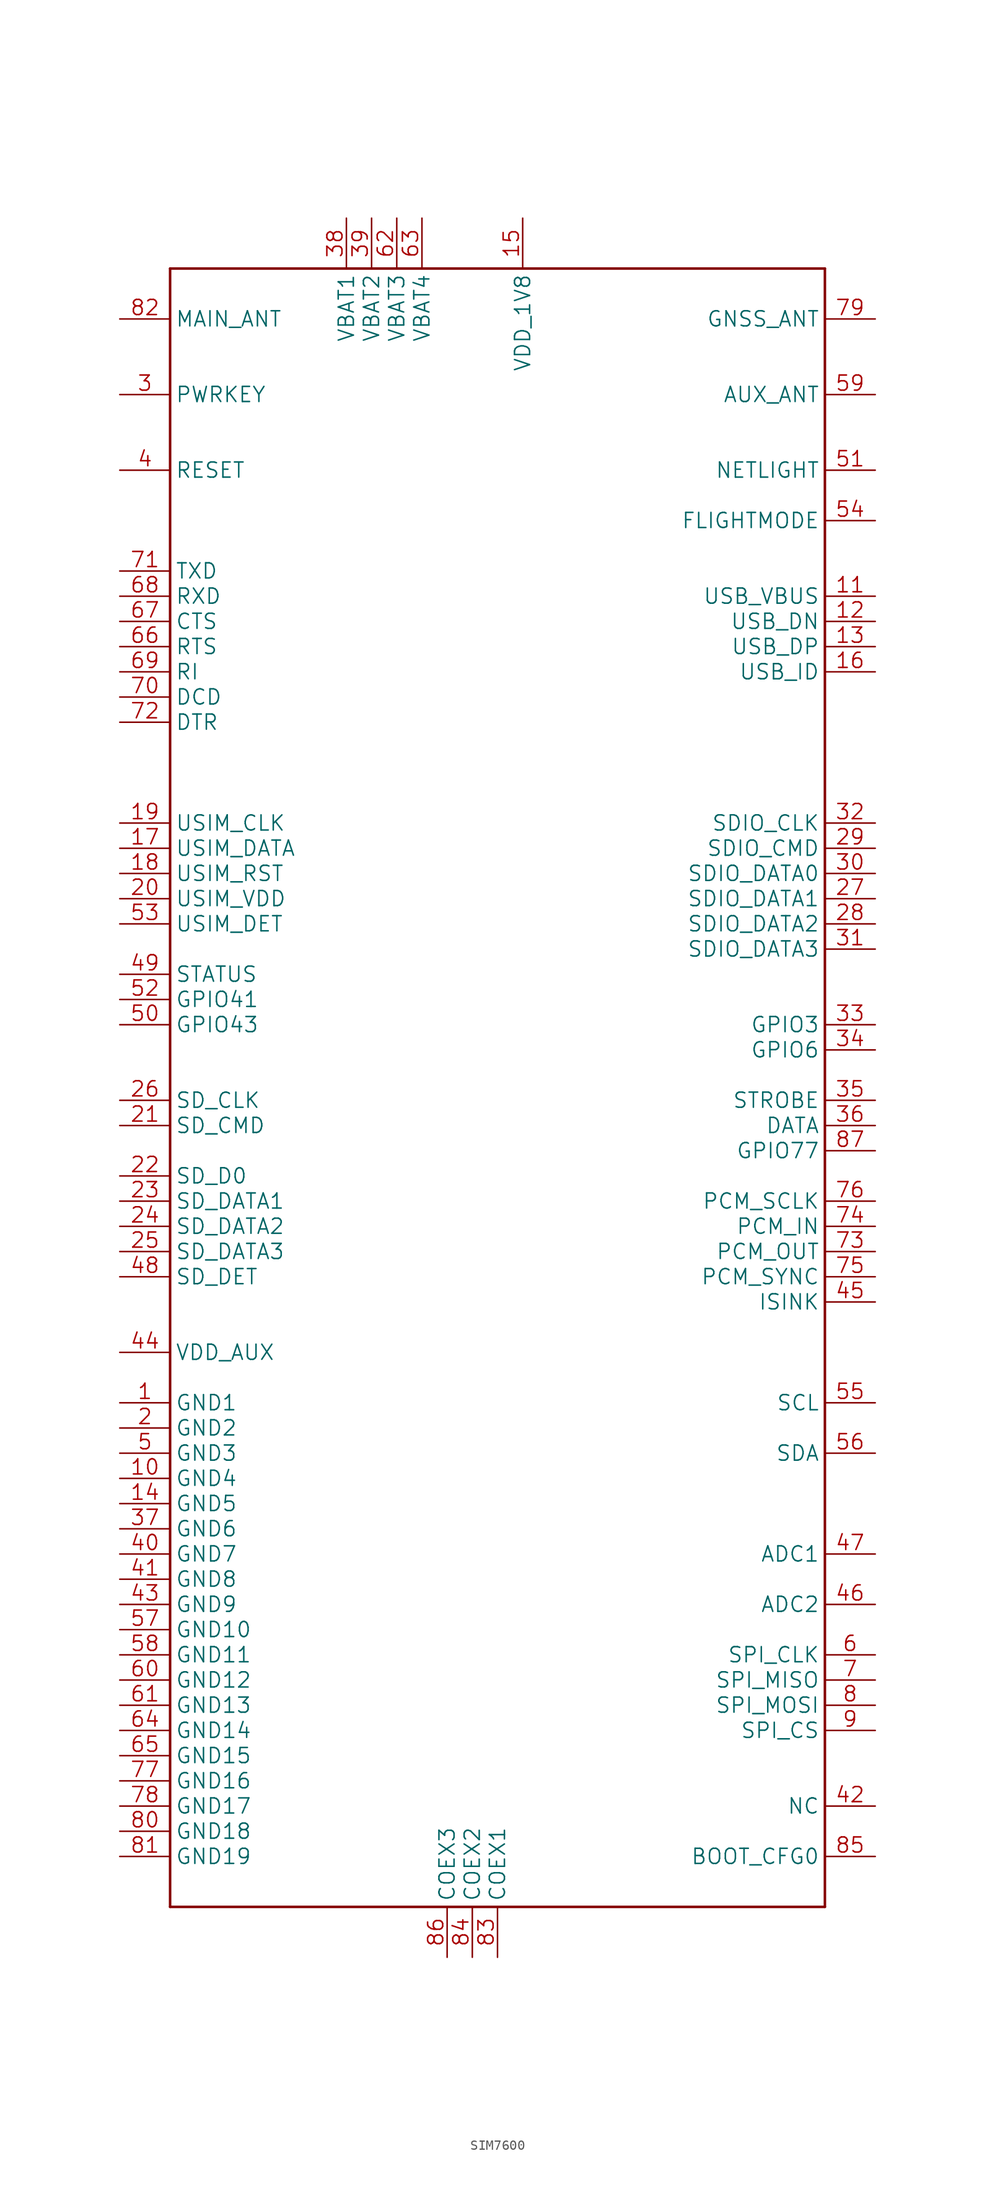
<source format=kicad_sym>
(kicad_symbol_lib
  (version 20241209)
  (generator "kicad_symbol_editor")
  (generator_version "9.0")
  (symbol "SIM7600"
    (property "Reference" "U"
      (at 0 0 0)
      (effects (font (size 1.27 1.27)) (hide yes)))
    (property "ki_locked" ""
      (at 0 0 0)
      (effects (font (size 1.27 1.27))))
    (symbol "SIM7600_1_0"
      (polyline (pts (xy 0 0) (xy 0 -165.1)) (stroke (width 0.254) (type solid)) (fill (type none)))
      (polyline (pts (xy 0 -165.1) (xy 66.04 -165.1)) (stroke (width 0.254) (type solid)) (fill (type none)))
      (polyline (pts (xy 66.04 0) (xy 0 0)) (stroke (width 0.254) (type solid)) (fill (type none)))
      (polyline (pts (xy 66.04 -165.1) (xy 66.04 0)) (stroke (width 0.254) (type solid)) (fill (type none)))
      (pin bidirectional line (at -5.08 -5.08 0) (length 5.08) (name "MAIN_ANT" (effects (font (size 1.524 1.524)))) (number "82" (effects (font (size 1.524 1.524)))))
      (pin bidirectional line (at -5.08 -12.7 0) (length 5.08) (name "PWRKEY" (effects (font (size 1.524 1.524)))) (number "3" (effects (font (size 1.524 1.524)))))
      (pin bidirectional line (at -5.08 -20.32 0) (length 5.08) (name "RESET" (effects (font (size 1.524 1.524)))) (number "4" (effects (font (size 1.524 1.524)))))
      (pin bidirectional line (at -5.08 -30.48 0) (length 5.08) (name "TXD" (effects (font (size 1.524 1.524)))) (number "71" (effects (font (size 1.524 1.524)))))
      (pin bidirectional line (at -5.08 -33.02 0) (length 5.08) (name "RXD" (effects (font (size 1.524 1.524)))) (number "68" (effects (font (size 1.524 1.524)))))
      (pin bidirectional line (at -5.08 -35.56 0) (length 5.08) (name "CTS" (effects (font (size 1.524 1.524)))) (number "67" (effects (font (size 1.524 1.524)))))
      (pin bidirectional line (at -5.08 -38.1 0) (length 5.08) (name "RTS" (effects (font (size 1.524 1.524)))) (number "66" (effects (font (size 1.524 1.524)))))
      (pin bidirectional line (at -5.08 -40.64 0) (length 5.08) (name "RI" (effects (font (size 1.524 1.524)))) (number "69" (effects (font (size 1.524 1.524)))))
      (pin bidirectional line (at -5.08 -43.18 0) (length 5.08) (name "DCD" (effects (font (size 1.524 1.524)))) (number "70" (effects (font (size 1.524 1.524)))))
      (pin bidirectional line (at -5.08 -45.72 0) (length 5.08) (name "DTR" (effects (font (size 1.524 1.524)))) (number "72" (effects (font (size 1.524 1.524)))))
      (pin bidirectional line (at -5.08 -55.88 0) (length 5.08) (name "USIM_CLK" (effects (font (size 1.524 1.524)))) (number "19" (effects (font (size 1.524 1.524)))))
      (pin bidirectional line (at -5.08 -58.42 0) (length 5.08) (name "USIM_DATA" (effects (font (size 1.524 1.524)))) (number "17" (effects (font (size 1.524 1.524)))))
      (pin bidirectional line (at -5.08 -60.96 0) (length 5.08) (name "USIM_RST" (effects (font (size 1.524 1.524)))) (number "18" (effects (font (size 1.524 1.524)))))
      (pin bidirectional line (at -5.08 -63.5 0) (length 5.08) (name "USIM_VDD" (effects (font (size 1.524 1.524)))) (number "20" (effects (font (size 1.524 1.524)))))
      (pin bidirectional line (at -5.08 -66.04 0) (length 5.08) (name "USIM_DET" (effects (font (size 1.524 1.524)))) (number "53" (effects (font (size 1.524 1.524)))))
      (pin bidirectional line (at -5.08 -71.12 0) (length 5.08) (name "STATUS" (effects (font (size 1.524 1.524)))) (number "49" (effects (font (size 1.524 1.524)))))
      (pin bidirectional line (at -5.08 -73.66 0) (length 5.08) (name "GPIO41" (effects (font (size 1.524 1.524)))) (number "52" (effects (font (size 1.524 1.524)))))
      (pin bidirectional line (at -5.08 -76.2 0) (length 5.08) (name "GPIO43" (effects (font (size 1.524 1.524)))) (number "50" (effects (font (size 1.524 1.524)))))
      (pin bidirectional line (at -5.08 -83.82 0) (length 5.08) (name "SD_CLK" (effects (font (size 1.524 1.524)))) (number "26" (effects (font (size 1.524 1.524)))))
      (pin bidirectional line (at -5.08 -86.36 0) (length 5.08) (name "SD_CMD" (effects (font (size 1.524 1.524)))) (number "21" (effects (font (size 1.524 1.524)))))
      (pin bidirectional line (at -5.08 -91.44 0) (length 5.08) (name "SD_D0" (effects (font (size 1.524 1.524)))) (number "22" (effects (font (size 1.524 1.524)))))
      (pin bidirectional line (at -5.08 -93.98 0) (length 5.08) (name "SD_DATA1" (effects (font (size 1.524 1.524)))) (number "23" (effects (font (size 1.524 1.524)))))
      (pin bidirectional line (at -5.08 -96.52 0) (length 5.08) (name "SD_DATA2" (effects (font (size 1.524 1.524)))) (number "24" (effects (font (size 1.524 1.524)))))
      (pin bidirectional line (at -5.08 -99.06 0) (length 5.08) (name "SD_DATA3" (effects (font (size 1.524 1.524)))) (number "25" (effects (font (size 1.524 1.524)))))
      (pin bidirectional line (at -5.08 -101.6 0) (length 5.08) (name "SD_DET" (effects (font (size 1.524 1.524)))) (number "48" (effects (font (size 1.524 1.524)))))
      (pin bidirectional line (at -5.08 -109.22 0) (length 5.08) (name "VDD_AUX" (effects (font (size 1.524 1.524)))) (number "44" (effects (font (size 1.524 1.524)))))
      (pin bidirectional line (at -5.08 -114.3 0) (length 5.08) (name "GND1" (effects (font (size 1.524 1.524)))) (number "1" (effects (font (size 1.524 1.524)))))
      (pin bidirectional line (at -5.08 -116.84 0) (length 5.08) (name "GND2" (effects (font (size 1.524 1.524)))) (number "2" (effects (font (size 1.524 1.524)))))
      (pin bidirectional line (at -5.08 -119.38 0) (length 5.08) (name "GND3" (effects (font (size 1.524 1.524)))) (number "5" (effects (font (size 1.524 1.524)))))
      (pin bidirectional line (at -5.08 -121.92 0) (length 5.08) (name "GND4" (effects (font (size 1.524 1.524)))) (number "10" (effects (font (size 1.524 1.524)))))
      (pin bidirectional line (at -5.08 -124.46 0) (length 5.08) (name "GND5" (effects (font (size 1.524 1.524)))) (number "14" (effects (font (size 1.524 1.524)))))
      (pin bidirectional line (at -5.08 -127 0) (length 5.08) (name "GND6" (effects (font (size 1.524 1.524)))) (number "37" (effects (font (size 1.524 1.524)))))
      (pin bidirectional line (at -5.08 -129.54 0) (length 5.08) (name "GND7" (effects (font (size 1.524 1.524)))) (number "40" (effects (font (size 1.524 1.524)))))
      (pin bidirectional line (at -5.08 -132.08 0) (length 5.08) (name "GND8" (effects (font (size 1.524 1.524)))) (number "41" (effects (font (size 1.524 1.524)))))
      (pin bidirectional line (at -5.08 -134.62 0) (length 5.08) (name "GND9" (effects (font (size 1.524 1.524)))) (number "43" (effects (font (size 1.524 1.524)))))
      (pin bidirectional line (at -5.08 -137.16 0) (length 5.08) (name "GND10" (effects (font (size 1.524 1.524)))) (number "57" (effects (font (size 1.524 1.524)))))
      (pin bidirectional line (at -5.08 -139.7 0) (length 5.08) (name "GND11" (effects (font (size 1.524 1.524)))) (number "58" (effects (font (size 1.524 1.524)))))
      (pin bidirectional line (at -5.08 -142.24 0) (length 5.08) (name "GND12" (effects (font (size 1.524 1.524)))) (number "60" (effects (font (size 1.524 1.524)))))
      (pin bidirectional line (at -5.08 -144.78 0) (length 5.08) (name "GND13" (effects (font (size 1.524 1.524)))) (number "61" (effects (font (size 1.524 1.524)))))
      (pin bidirectional line (at -5.08 -147.32 0) (length 5.08) (name "GND14" (effects (font (size 1.524 1.524)))) (number "64" (effects (font (size 1.524 1.524)))))
      (pin bidirectional line (at -5.08 -149.86 0) (length 5.08) (name "GND15" (effects (font (size 1.524 1.524)))) (number "65" (effects (font (size 1.524 1.524)))))
      (pin bidirectional line (at -5.08 -152.4 0) (length 5.08) (name "GND16" (effects (font (size 1.524 1.524)))) (number "77" (effects (font (size 1.524 1.524)))))
      (pin bidirectional line (at -5.08 -154.94 0) (length 5.08) (name "GND17" (effects (font (size 1.524 1.524)))) (number "78" (effects (font (size 1.524 1.524)))))
      (pin bidirectional line (at -5.08 -157.48 0) (length 5.08) (name "GND18" (effects (font (size 1.524 1.524)))) (number "80" (effects (font (size 1.524 1.524)))))
      (pin bidirectional line (at -5.08 -160.02 0) (length 5.08) (name "GND19" (effects (font (size 1.524 1.524)))) (number "81" (effects (font (size 1.524 1.524)))))
      (pin bidirectional line (at 17.78 5.08 270) (length 5.08) (name "VBAT1" (effects (font (size 1.524 1.524)))) (number "38" (effects (font (size 1.524 1.524)))))
      (pin bidirectional line (at 20.32 5.08 270) (length 5.08) (name "VBAT2" (effects (font (size 1.524 1.524)))) (number "39" (effects (font (size 1.524 1.524)))))
      (pin bidirectional line (at 22.86 5.08 270) (length 5.08) (name "VBAT3" (effects (font (size 1.524 1.524)))) (number "62" (effects (font (size 1.524 1.524)))))
      (pin bidirectional line (at 25.4 5.08 270) (length 5.08) (name "VBAT4" (effects (font (size 1.524 1.524)))) (number "63" (effects (font (size 1.524 1.524)))))
      (pin bidirectional line (at 27.94 -170.18 90) (length 5.08) (name "COEX3" (effects (font (size 1.524 1.524)))) (number "86" (effects (font (size 1.524 1.524)))))
      (pin bidirectional line (at 30.48 -170.18 90) (length 5.08) (name "COEX2" (effects (font (size 1.524 1.524)))) (number "84" (effects (font (size 1.524 1.524)))))
      (pin bidirectional line (at 33.02 -170.18 90) (length 5.08) (name "COEX1" (effects (font (size 1.524 1.524)))) (number "83" (effects (font (size 1.524 1.524)))))
      (pin bidirectional line (at 35.56 5.08 270) (length 5.08) (name "VDD_1V8" (effects (font (size 1.524 1.524)))) (number "15" (effects (font (size 1.524 1.524)))))
      (pin bidirectional line (at 71.12 -5.08 180) (length 5.08) (name "GNSS_ANT" (effects (font (size 1.524 1.524)))) (number "79" (effects (font (size 1.524 1.524)))))
      (pin bidirectional line (at 71.12 -12.7 180) (length 5.08) (name "AUX_ANT" (effects (font (size 1.524 1.524)))) (number "59" (effects (font (size 1.524 1.524)))))
      (pin bidirectional line (at 71.12 -20.32 180) (length 5.08) (name "NETLIGHT" (effects (font (size 1.524 1.524)))) (number "51" (effects (font (size 1.524 1.524)))))
      (pin bidirectional line (at 71.12 -25.4 180) (length 5.08) (name "FLIGHTMODE" (effects (font (size 1.524 1.524)))) (number "54" (effects (font (size 1.524 1.524)))))
      (pin bidirectional line (at 71.12 -33.02 180) (length 5.08) (name "USB_VBUS" (effects (font (size 1.524 1.524)))) (number "11" (effects (font (size 1.524 1.524)))))
      (pin bidirectional line (at 71.12 -35.56 180) (length 5.08) (name "USB_DN" (effects (font (size 1.524 1.524)))) (number "12" (effects (font (size 1.524 1.524)))))
      (pin bidirectional line (at 71.12 -38.1 180) (length 5.08) (name "USB_DP" (effects (font (size 1.524 1.524)))) (number "13" (effects (font (size 1.524 1.524)))))
      (pin bidirectional line (at 71.12 -40.64 180) (length 5.08) (name "USB_ID" (effects (font (size 1.524 1.524)))) (number "16" (effects (font (size 1.524 1.524)))))
      (pin bidirectional line (at 71.12 -55.88 180) (length 5.08) (name "SDIO_CLK" (effects (font (size 1.524 1.524)))) (number "32" (effects (font (size 1.524 1.524)))))
      (pin bidirectional line (at 71.12 -58.42 180) (length 5.08) (name "SDIO_CMD" (effects (font (size 1.524 1.524)))) (number "29" (effects (font (size 1.524 1.524)))))
      (pin bidirectional line (at 71.12 -60.96 180) (length 5.08) (name "SDIO_DATA0" (effects (font (size 1.524 1.524)))) (number "30" (effects (font (size 1.524 1.524)))))
      (pin bidirectional line (at 71.12 -63.5 180) (length 5.08) (name "SDIO_DATA1" (effects (font (size 1.524 1.524)))) (number "27" (effects (font (size 1.524 1.524)))))
      (pin bidirectional line (at 71.12 -66.04 180) (length 5.08) (name "SDIO_DATA2" (effects (font (size 1.524 1.524)))) (number "28" (effects (font (size 1.524 1.524)))))
      (pin bidirectional line (at 71.12 -68.58 180) (length 5.08) (name "SDIO_DATA3" (effects (font (size 1.524 1.524)))) (number "31" (effects (font (size 1.524 1.524)))))
      (pin bidirectional line (at 71.12 -76.2 180) (length 5.08) (name "GPIO3" (effects (font (size 1.524 1.524)))) (number "33" (effects (font (size 1.524 1.524)))))
      (pin bidirectional line (at 71.12 -78.74 180) (length 5.08) (name "GPIO6" (effects (font (size 1.524 1.524)))) (number "34" (effects (font (size 1.524 1.524)))))
      (pin bidirectional line (at 71.12 -83.82 180) (length 5.08) (name "STROBE" (effects (font (size 1.524 1.524)))) (number "35" (effects (font (size 1.524 1.524)))))
      (pin bidirectional line (at 71.12 -86.36 180) (length 5.08) (name "DATA" (effects (font (size 1.524 1.524)))) (number "36" (effects (font (size 1.524 1.524)))))
      (pin bidirectional line (at 71.12 -88.9 180) (length 5.08) (name "GPIO77" (effects (font (size 1.524 1.524)))) (number "87" (effects (font (size 1.524 1.524)))))
      (pin bidirectional line (at 71.12 -93.98 180) (length 5.08) (name "PCM_SCLK" (effects (font (size 1.524 1.524)))) (number "76" (effects (font (size 1.524 1.524)))))
      (pin bidirectional line (at 71.12 -96.52 180) (length 5.08) (name "PCM_IN" (effects (font (size 1.524 1.524)))) (number "74" (effects (font (size 1.524 1.524)))))
      (pin bidirectional line (at 71.12 -99.06 180) (length 5.08) (name "PCM_OUT" (effects (font (size 1.524 1.524)))) (number "73" (effects (font (size 1.524 1.524)))))
      (pin bidirectional line (at 71.12 -101.6 180) (length 5.08) (name "PCM_SYNC" (effects (font (size 1.524 1.524)))) (number "75" (effects (font (size 1.524 1.524)))))
      (pin bidirectional line (at 71.12 -104.14 180) (length 5.08) (name "ISINK" (effects (font (size 1.524 1.524)))) (number "45" (effects (font (size 1.524 1.524)))))
      (pin bidirectional line (at 71.12 -114.3 180) (length 5.08) (name "SCL" (effects (font (size 1.524 1.524)))) (number "55" (effects (font (size 1.524 1.524)))))
      (pin bidirectional line (at 71.12 -119.38 180) (length 5.08) (name "SDA" (effects (font (size 1.524 1.524)))) (number "56" (effects (font (size 1.524 1.524)))))
      (pin bidirectional line (at 71.12 -129.54 180) (length 5.08) (name "ADC1" (effects (font (size 1.524 1.524)))) (number "47" (effects (font (size 1.524 1.524)))))
      (pin bidirectional line (at 71.12 -134.62 180) (length 5.08) (name "ADC2" (effects (font (size 1.524 1.524)))) (number "46" (effects (font (size 1.524 1.524)))))
      (pin bidirectional line (at 71.12 -139.7 180) (length 5.08) (name "SPI_CLK" (effects (font (size 1.524 1.524)))) (number "6" (effects (font (size 1.524 1.524)))))
      (pin bidirectional line (at 71.12 -142.24 180) (length 5.08) (name "SPI_MISO" (effects (font (size 1.524 1.524)))) (number "7" (effects (font (size 1.524 1.524)))))
      (pin bidirectional line (at 71.12 -144.78 180) (length 5.08) (name "SPI_MOSI" (effects (font (size 1.524 1.524)))) (number "8" (effects (font (size 1.524 1.524)))))
      (pin bidirectional line (at 71.12 -147.32 180) (length 5.08) (name "SPI_CS" (effects (font (size 1.524 1.524)))) (number "9" (effects (font (size 1.524 1.524)))))
      (pin bidirectional line (at 71.12 -154.94 180) (length 5.08) (name "NC" (effects (font (size 1.524 1.524)))) (number "42" (effects (font (size 1.524 1.524)))))
      (pin bidirectional line (at 71.12 -160.02 180) (length 5.08) (name "BOOT_CFG0" (effects (font (size 1.524 1.524)))) (number "85" (effects (font (size 1.524 1.524))))))))
</source>
